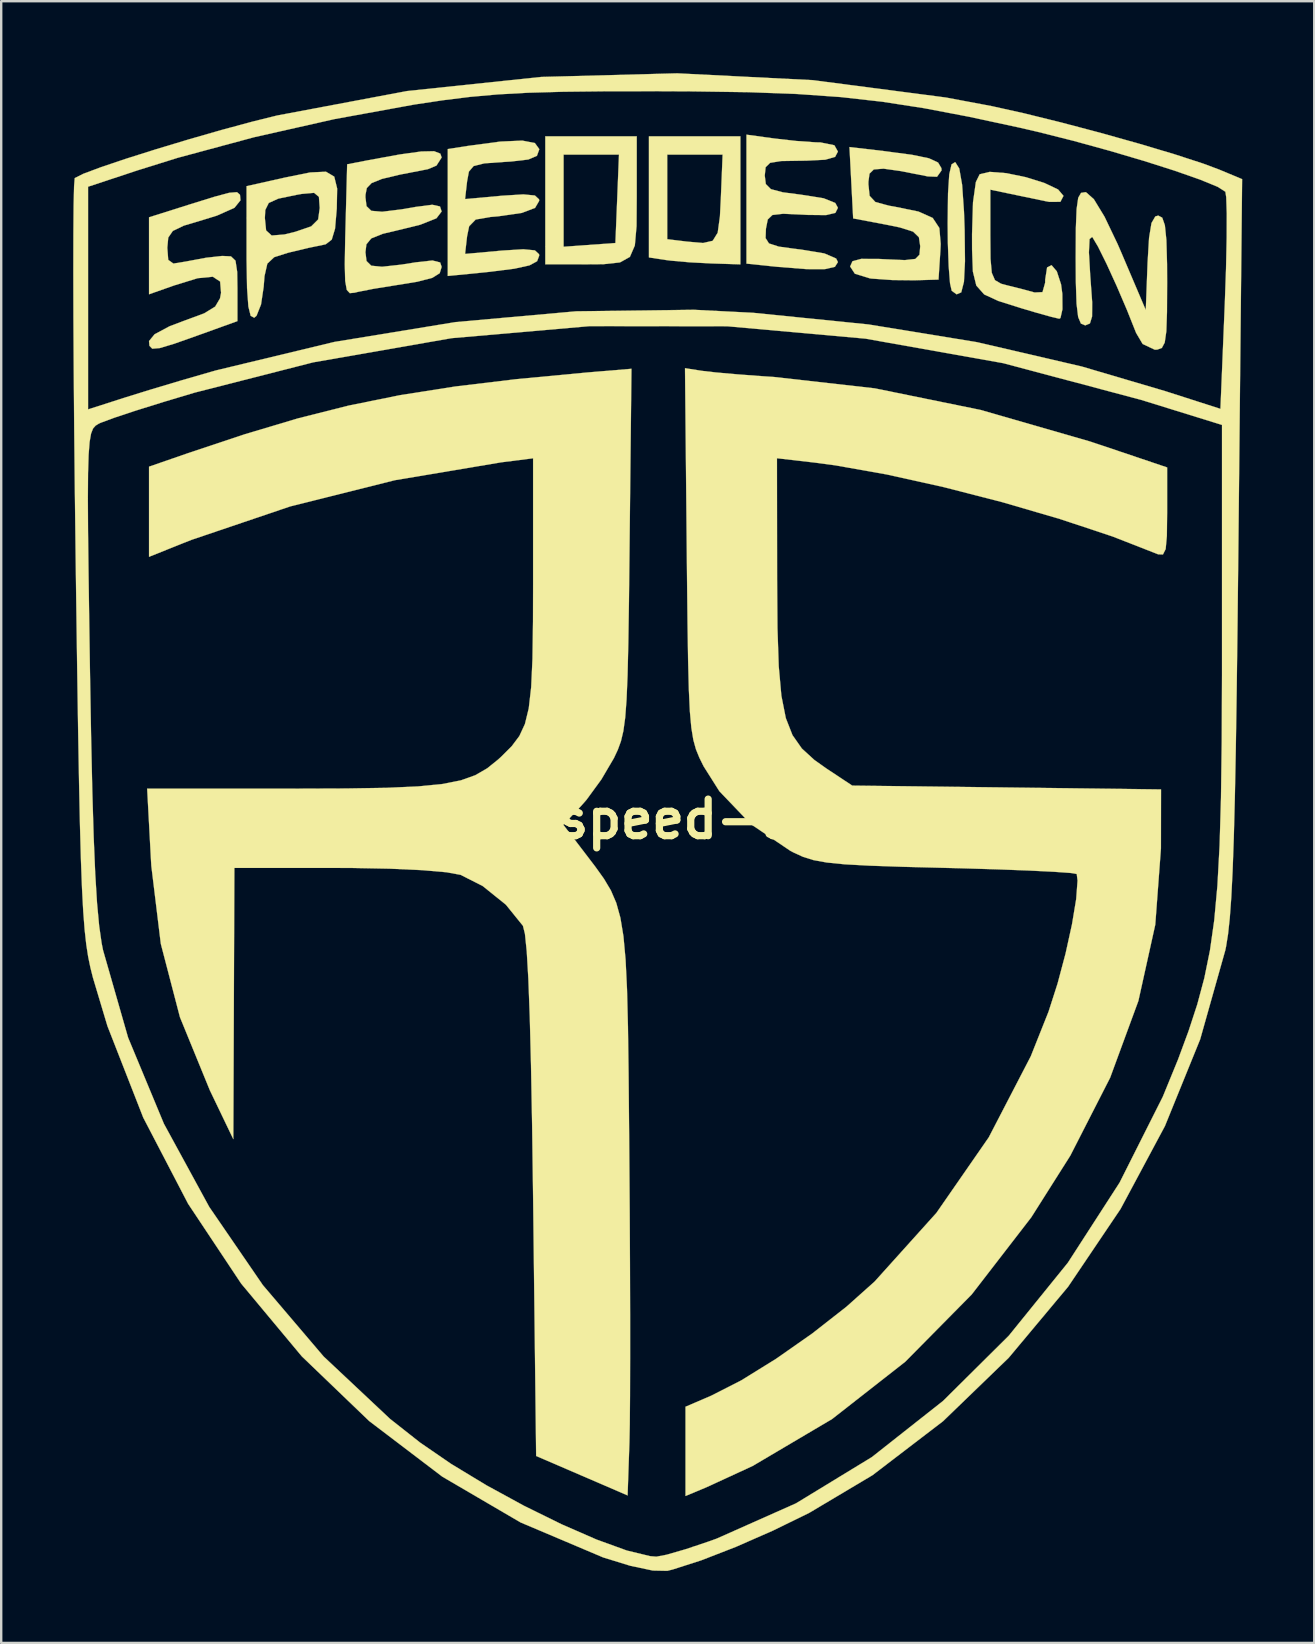
<source format=kicad_pcb>
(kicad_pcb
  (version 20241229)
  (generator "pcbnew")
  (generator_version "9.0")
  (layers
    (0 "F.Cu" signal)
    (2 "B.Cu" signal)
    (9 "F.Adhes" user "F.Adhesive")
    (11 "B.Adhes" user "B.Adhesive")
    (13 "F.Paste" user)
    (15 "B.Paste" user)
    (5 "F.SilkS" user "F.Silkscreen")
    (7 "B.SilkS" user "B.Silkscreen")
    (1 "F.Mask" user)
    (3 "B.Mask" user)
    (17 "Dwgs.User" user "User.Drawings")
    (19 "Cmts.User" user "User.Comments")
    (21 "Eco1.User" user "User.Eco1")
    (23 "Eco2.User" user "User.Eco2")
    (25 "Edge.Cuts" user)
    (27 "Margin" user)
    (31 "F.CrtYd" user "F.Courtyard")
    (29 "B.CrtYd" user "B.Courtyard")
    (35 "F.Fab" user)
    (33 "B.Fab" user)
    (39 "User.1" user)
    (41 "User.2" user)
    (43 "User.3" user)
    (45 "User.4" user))
  (footprint "rsspeed-sm"
    (layer "F.Cu")
    (at 25.003 31.078)
    (property "Reference" "rsspeed-sm" (at 0 0 0) (layer "F.SilkS") (effects (font (size 1.524 1.524) (thickness 0.3))))
    (attr through_hole)
    (fp_poly (pts (xy -1.524 -25.935) (xy -1.532 -24.708) (xy -1.603 -23.901) (xy -1.809 -23.426) (xy -2.223 -23.195) (xy -2.916 -23.12) (xy -3.831 -23.114) (xy -5.334 -23.114) (xy -5.334 -27.686) (xy -4.572 -27.686) (xy -4.572 -23.847) (xy -2.413 -24.003) (xy -2.338 -25.845) (xy -2.264 -27.686) (xy -4.572 -27.686) (xy -5.334 -27.686) (xy -5.334 -28.448) (xy -1.524 -28.448) (xy -1.524 -25.935)) (stroke (width 0.01) (type solid)) (fill yes) (layer "F.SilkS"))
    (fp_poly (pts (xy 11.748 -27.369) (xy 11.913 -27.109) (xy 12.032 -26.432) (xy 12.111 -25.302) (xy 12.137 -24.554) (xy 12.152 -23.243) (xy 12.109 -22.39) (xy 11.996 -21.947) (xy 11.803 -21.865) (xy 11.599 -22.013) (xy 11.529 -22.323) (xy 11.473 -23.027) (xy 11.438 -24.009) (xy 11.43 -24.828) (xy 11.445 -26.069) (xy 11.497 -26.865) (xy 11.592 -27.279) (xy 11.739 -27.372) (xy 11.748 -27.369)) (stroke (width 0.01) (type solid)) (fill yes) (layer "F.SilkS"))
    (fp_poly (pts (xy 2.794 -23.114) (xy 1.587 -23.152) (xy 0.692 -23.198) (xy -0.109 -23.269) (xy -0.318 -23.296) (xy -1.016 -23.402) (xy -1.016 -27.686) (xy -0.254 -27.686) (xy -0.254 -24.162) (xy 0.572 -24.062) (xy 1.239 -24.004) (xy 1.64 -24.095) (xy 1.849 -24.432) (xy 1.942 -25.111) (xy 1.98 -25.865) (xy 2.054 -27.686) (xy -0.254 -27.686) (xy -1.016 -27.686) (xy -1.016 -28.448) (xy 2.794 -28.448) (xy 2.794 -23.114)) (stroke (width 0.01) (type solid)) (fill yes) (layer "F.SilkS"))
    (fp_poly (pts (xy -5.769 -28.169) (xy -5.589 -27.922) (xy -5.588 -27.896) (xy -5.683 -27.636) (xy -6.04 -27.483) (xy -6.767 -27.398) (xy -7.048 -27.381) (xy -7.873 -27.322) (xy -8.319 -27.211) (xy -8.517 -26.979) (xy -8.593 -26.569) (xy -8.677 -25.834) (xy -7.132 -25.974) (xy -6.248 -26.029) (xy -5.767 -25.983) (xy -5.594 -25.823) (xy -5.588 -25.762) (xy -5.76 -25.467) (xy -6.312 -25.257) (xy -7.301 -25.115) (xy -7.62 -25.088) (xy -8.233 -24.982) (xy -8.507 -24.701) (xy -8.593 -24.283) (xy -8.677 -23.548) (xy -7.132 -23.688) (xy -6.248 -23.743) (xy -5.767 -23.697) (xy -5.594 -23.537) (xy -5.588 -23.476) (xy -5.675 -23.245) (xy -5.993 -23.072) (xy -6.624 -22.933) (xy -7.653 -22.803) (xy -8.065 -22.761) (xy -9.398 -22.63) (xy -9.398 -27.917) (xy -8.572 -28.047) (xy -7.213 -28.229) (xy -6.294 -28.27) (xy -5.769 -28.169)) (stroke (width 0.01) (type solid)) (fill yes) (layer "F.SilkS"))
    (fp_poly (pts (xy 13.877 -26.913) (xy 14.687 -26.746) (xy 15.457 -26.506) (xy 16.032 -26.233) (xy 16.256 -25.968) (xy 16.127 -25.72) (xy 15.669 -25.716) (xy 15.494 -25.749) (xy 14.637 -25.928) (xy 13.97 -26.067) (xy 13.208 -26.226) (xy 13.208 -24.316) (xy 13.216 -23.343) (xy 13.268 -22.762) (xy 13.401 -22.456) (xy 13.656 -22.307) (xy 13.906 -22.24) (xy 14.596 -22.067) (xy 15.05 -21.942) (xy 15.381 -21.957) (xy 15.491 -22.346) (xy 15.494 -22.483) (xy 15.573 -22.987) (xy 15.759 -23.08) (xy 15.978 -22.823) (xy 16.155 -22.279) (xy 16.207 -21.888) (xy 16.212 -21.243) (xy 16.13 -20.879) (xy 16.08 -20.849) (xy 15.741 -20.929) (xy 15.08 -21.114) (xy 14.478 -21.293) (xy 13.545 -21.587) (xy 12.953 -21.86) (xy 12.624 -22.23) (xy 12.481 -22.814) (xy 12.447 -23.728) (xy 12.446 -24.368) (xy 12.486 -25.699) (xy 12.605 -26.543) (xy 12.764 -26.867) (xy 13.184 -26.967) (xy 13.877 -26.913)) (stroke (width 0.01) (type solid)) (fill yes) (layer "F.SilkS"))
    (fp_poly (pts (xy -18.054 -26.013) (xy -18.034 -25.782) (xy -18.283 -25.472) (xy -19.015 -25.145) (xy -19.558 -24.978) (xy -20.395 -24.727) (xy -20.852 -24.507) (xy -21.043 -24.23) (xy -21.082 -23.808) (xy -21.082 -23.803) (xy -21.044 -23.301) (xy -20.829 -23.147) (xy -20.284 -23.236) (xy -20.256 -23.242) (xy -19.463 -23.39) (xy -18.796 -23.464) (xy -18.43 -23.447) (xy -18.241 -23.267) (xy -18.171 -22.802) (xy -18.161 -22.122) (xy -18.161 -20.749) (xy -19.812 -20.154) (xy -20.796 -19.806) (xy -21.397 -19.626) (xy -21.709 -19.6) (xy -21.827 -19.72) (xy -21.844 -19.918) (xy -21.613 -20.2) (xy -20.99 -20.534) (xy -20.384 -20.763) (xy -19.548 -21.072) (xy -19.088 -21.354) (xy -18.886 -21.697) (xy -18.843 -21.927) (xy -18.882 -22.399) (xy -19.187 -22.599) (xy -19.818 -22.537) (xy -20.796 -22.236) (xy -21.844 -21.867) (xy -21.844 -25.075) (xy -20.122 -25.619) (xy -19.117 -25.931) (xy -18.501 -26.096) (xy -18.178 -26.121) (xy -18.054 -26.013)) (stroke (width 0.01) (type solid)) (fill yes) (layer "F.SilkS"))
    (fp_poly (pts (xy -14.127 -26.769) (xy -14.006 -26.274) (xy -14.022 -25.437) (xy -14.022 -25.434) (xy -14.094 -24.598) (xy -14.231 -24.145) (xy -14.479 -23.952) (xy -14.605 -23.923) (xy -15.191 -23.803) (xy -15.954 -23.621) (xy -16.052 -23.597) (xy -16.627 -23.414) (xy -16.915 -23.144) (xy -17.033 -22.623) (xy -17.068 -22.175) (xy -17.177 -21.444) (xy -17.365 -20.972) (xy -17.462 -20.89) (xy -17.609 -20.968) (xy -17.705 -21.358) (xy -17.76 -22.122) (xy -17.78 -23.32) (xy -17.78 -23.579) (xy -17.78 -25.046) (xy -17.018 -25.046) (xy -16.966 -24.528) (xy -16.734 -24.316) (xy -16.204 -24.359) (xy -15.742 -24.473) (xy -15.087 -24.697) (xy -14.797 -24.986) (xy -14.732 -25.464) (xy -14.766 -25.927) (xy -14.967 -26.094) (xy -15.479 -26.049) (xy -15.684 -26.013) (xy -16.459 -25.852) (xy -16.856 -25.672) (xy -17 -25.38) (xy -17.018 -25.046) (xy -17.78 -25.046) (xy -17.78 -26.372) (xy -16.192 -26.728) (xy -15.131 -26.943) (xy -14.472 -26.974) (xy -14.127 -26.769)) (stroke (width 0.01) (type solid)) (fill yes) (layer "F.SilkS"))
    (fp_poly (pts (xy 8.813 -27.829) (xy 9.942 -27.679) (xy 10.652 -27.532) (xy 11.031 -27.356) (xy 11.169 -27.123) (xy 11.176 -27.029) (xy 10.987 -26.764) (xy 10.604 -26.778) (xy 9.479 -27) (xy 8.759 -27.101) (xy 8.354 -27.069) (xy 8.174 -26.893) (xy 8.129 -26.559) (xy 8.128 -26.45) (xy 8.178 -25.969) (xy 8.419 -25.711) (xy 8.992 -25.557) (xy 9.207 -25.52) (xy 10.213 -25.314) (xy 10.807 -25.048) (xy 11.084 -24.629) (xy 11.14 -23.965) (xy 11.126 -23.669) (xy 11.049 -22.479) (xy 10.033 -22.45) (xy 9.123 -22.46) (xy 8.263 -22.521) (xy 8.191 -22.53) (xy 7.564 -22.723) (xy 7.366 -23.025) (xy 7.464 -23.244) (xy 7.827 -23.342) (xy 8.561 -23.34) (xy 8.826 -23.326) (xy 9.648 -23.291) (xy 10.084 -23.34) (xy 10.256 -23.516) (xy 10.287 -23.867) (xy 10.287 -23.871) (xy 10.232 -24.243) (xy 9.988 -24.478) (xy 9.434 -24.653) (xy 8.89 -24.764) (xy 7.493 -25.028) (xy 7.339 -28.002) (xy 8.813 -27.829)) (stroke (width 0.01) (type solid)) (fill yes) (layer "F.SilkS"))
    (fp_poly (pts (xy 4.226 -28.356) (xy 5.12 -28.255) (xy 5.931 -28.198) (xy 6.131 -28.194) (xy 6.71 -28.076) (xy 6.858 -27.813) (xy 6.741 -27.592) (xy 6.326 -27.473) (xy 5.518 -27.433) (xy 5.334 -27.432) (xy 4.489 -27.418) (xy 4.033 -27.344) (xy 3.846 -27.161) (xy 3.81 -26.821) (xy 3.81 -26.81) (xy 3.854 -26.459) (xy 4.064 -26.248) (xy 4.559 -26.116) (xy 5.334 -26.015) (xy 6.263 -25.867) (xy 6.748 -25.672) (xy 6.858 -25.469) (xy 6.751 -25.258) (xy 6.362 -25.166) (xy 5.591 -25.174) (xy 5.397 -25.185) (xy 4.575 -25.222) (xy 4.13 -25.171) (xy 3.935 -24.985) (xy 3.861 -24.611) (xy 3.858 -24.589) (xy 3.844 -24.209) (xy 3.985 -23.986) (xy 4.395 -23.853) (xy 5.185 -23.746) (xy 5.319 -23.731) (xy 6.292 -23.57) (xy 6.784 -23.357) (xy 6.858 -23.208) (xy 6.732 -23.011) (xy 6.313 -22.914) (xy 5.536 -22.916) (xy 4.338 -23.011) (xy 4 -23.045) (xy 3.048 -23.145) (xy 3.048 -28.517) (xy 4.226 -28.356)) (stroke (width 0.01) (type solid)) (fill yes) (layer "F.SilkS"))
    (fp_poly (pts (xy 17.197 -26.116) (xy 17.521 -25.83) (xy 17.966 -25.099) (xy 18.509 -23.964) (xy 18.658 -23.621) (xy 19.685 -21.209) (xy 19.759 -23.177) (xy 19.821 -24.218) (xy 19.922 -24.835) (xy 20.081 -25.11) (xy 20.204 -25.146) (xy 20.37 -25.059) (xy 20.48 -24.744) (xy 20.543 -24.124) (xy 20.571 -23.119) (xy 20.574 -22.352) (xy 20.568 -21.13) (xy 20.541 -20.327) (xy 20.474 -19.857) (xy 20.354 -19.631) (xy 20.162 -19.562) (xy 20.06 -19.558) (xy 19.554 -19.796) (xy 19.282 -20.256) (xy 18.904 -21.204) (xy 18.475 -22.206) (xy 18.052 -23.132) (xy 17.694 -23.854) (xy 17.462 -24.244) (xy 17.45 -24.257) (xy 17.342 -24.169) (xy 17.315 -23.615) (xy 17.371 -22.632) (xy 17.378 -22.543) (xy 17.451 -21.539) (xy 17.447 -20.942) (xy 17.358 -20.653) (xy 17.171 -20.574) (xy 17.156 -20.574) (xy 16.982 -20.647) (xy 16.867 -20.92) (xy 16.8 -21.476) (xy 16.77 -22.396) (xy 16.764 -23.387) (xy 16.771 -24.618) (xy 16.803 -25.424) (xy 16.87 -25.888) (xy 16.988 -26.092) (xy 17.169 -26.121) (xy 17.197 -26.116)) (stroke (width 0.01) (type solid)) (fill yes) (layer "F.SilkS"))
    (fp_poly (pts (xy -9.708 -27.728) (xy -9.652 -27.567) (xy -9.868 -27.23) (xy -10.223 -27.08) (xy -11.388 -26.854) (xy -12.142 -26.674) (xy -12.573 -26.5) (xy -12.771 -26.293) (xy -12.825 -26.012) (xy -12.827 -25.908) (xy -12.782 -25.539) (xy -12.582 -25.345) (xy -12.131 -25.306) (xy -11.331 -25.405) (xy -10.732 -25.508) (xy -10.041 -25.597) (xy -9.721 -25.526) (xy -9.652 -25.317) (xy -9.87 -25.033) (xy -10.545 -24.765) (xy -11.239 -24.594) (xy -12.107 -24.387) (xy -12.585 -24.195) (xy -12.788 -23.948) (xy -12.827 -23.619) (xy -12.783 -23.253) (xy -12.584 -23.058) (xy -12.135 -23.014) (xy -11.338 -23.102) (xy -10.732 -23.198) (xy -10.035 -23.275) (xy -9.714 -23.193) (xy -9.652 -23.007) (xy -9.733 -22.746) (xy -10.04 -22.553) (xy -10.667 -22.39) (xy -11.684 -22.225) (xy -12.488 -22.096) (xy -13.134 -21.969) (xy -13.28 -21.933) (xy -13.479 -21.914) (xy -13.605 -22.049) (xy -13.671 -22.421) (xy -13.689 -23.113) (xy -13.67 -24.21) (xy -13.661 -24.544) (xy -13.589 -27.283) (xy -12.7 -27.455) (xy -11.391 -27.694) (xy -10.504 -27.817) (xy -9.967 -27.828) (xy -9.708 -27.728)) (stroke (width 0.01) (type solid)) (fill yes) (layer "F.SilkS"))
    (fp_poly (pts (xy 1.196 -18.677) (xy 1.77 -18.611) (xy 2.686 -18.53) (xy 3.779 -18.449) (xy 4.191 -18.422) (xy 8.394 -17.948) (xy 12.803 -17.048) (xy 17.365 -15.733) (xy 17.843 -15.574) (xy 20.574 -14.653) (xy 20.574 -12.76) (xy 20.563 -11.798) (xy 20.513 -11.252) (xy 20.4 -11.027) (xy 20.2 -11.033) (xy 20.13 -11.061) (xy 18.3 -11.776) (xy 16.112 -12.503) (xy 13.716 -13.203) (xy 11.258 -13.835) (xy 8.887 -14.361) (xy 6.75 -14.74) (xy 5.905 -14.853) (xy 4.318 -15.036) (xy 4.324 -9.994) (xy 4.339 -7.964) (xy 4.392 -6.37) (xy 4.502 -5.142) (xy 4.687 -4.209) (xy 4.965 -3.499) (xy 5.355 -2.942) (xy 5.875 -2.466) (xy 6.374 -2.112) (xy 7.454 -1.397) (xy 20.32 -1.238) (xy 20.316 1.222) (xy 20.08 4.396) (xy 19.377 7.571) (xy 18.2 10.772) (xy 16.539 14.022) (xy 14.915 16.588) (xy 12.432 19.804) (xy 9.661 22.609) (xy 6.615 24.994) (xy 3.304 26.95) (xy 1.37 27.841) (xy 0.508 28.201) (xy 0.508 24.482) (xy 1.587 24.018) (xy 2.826 23.386) (xy 4.273 22.49) (xy 5.784 21.433) (xy 7.214 20.314) (xy 8.39 19.263) (xy 10.961 16.406) (xy 13.142 13.259) (xy 14.893 9.881) (xy 15.633 8.022) (xy 16.009 6.851) (xy 16.343 5.597) (xy 16.61 4.383) (xy 16.785 3.33) (xy 16.842 2.563) (xy 16.808 2.286) (xy 16.554 2.243) (xy 15.866 2.194) (xy 14.819 2.142) (xy 13.488 2.092) (xy 11.947 2.046) (xy 11.368 2.032) (xy 9.557 1.986) (xy 8.176 1.939) (xy 7.148 1.883) (xy 6.395 1.808) (xy 5.84 1.707) (xy 5.404 1.571) (xy 5.01 1.391) (xy 4.878 1.322) (xy 3.233 0.211) (xy 1.919 -1.162) (xy 1.262 -2.202) (xy 1.084 -2.562) (xy 0.943 -2.908) (xy 0.834 -3.302) (xy 0.751 -3.807) (xy 0.69 -4.485) (xy 0.647 -5.397) (xy 0.616 -6.606) (xy 0.592 -8.174) (xy 0.57 -10.162) (xy 0.561 -11.108) (xy 0.487 -18.788) (xy 1.196 -18.677)) (stroke (width 0.01) (type solid)) (fill yes) (layer "F.SilkS"))
    (fp_poly (pts (xy -1.825 -11.223) (xy -1.849 -9.059) (xy -1.875 -7.341) (xy -1.906 -6.006) (xy -1.948 -4.991) (xy -2.004 -4.235) (xy -2.081 -3.674) (xy -2.182 -3.247) (xy -2.312 -2.891) (xy -2.475 -2.543) (xy -2.477 -2.54) (xy -2.998 -1.654) (xy -3.615 -0.809) (xy -3.815 -0.58) (xy -4.582 0.237) (xy -3.677 1.422) (xy -3.244 1.99) (xy -2.888 2.488) (xy -2.601 2.97) (xy -2.376 3.493) (xy -2.205 4.111) (xy -2.078 4.881) (xy -1.989 5.857) (xy -1.929 7.095) (xy -1.89 8.651) (xy -1.864 10.58) (xy -1.843 12.938) (xy -1.834 14.097) (xy -1.817 16.369) (xy -1.806 18.572) (xy -1.8 20.631) (xy -1.8 22.475) (xy -1.804 24.029) (xy -1.814 25.22) (xy -1.829 25.963) (xy -1.905 28.177) (xy -3.81 27.355) (xy -5.715 26.534) (xy -5.842 15.744) (xy -5.883 12.756) (xy -5.929 10.259) (xy -5.981 8.231) (xy -6.04 6.654) (xy -6.107 5.51) (xy -6.182 4.779) (xy -6.265 4.445) (xy -6.975 3.566) (xy -7.943 2.787) (xy -8.864 2.321) (xy -9.453 2.213) (xy -10.463 2.126) (xy -11.806 2.065) (xy -13.394 2.034) (xy -14.008 2.032) (xy -18.288 2.032) (xy -18.31 7.684) (xy -18.332 13.335) (xy -19.311 11.295) (xy -20.555 8.254) (xy -21.353 5.194) (xy -21.748 1.952) (xy -21.761 1.734) (xy -21.922 -1.27) (xy -15.779 -1.27) (xy -13.647 -1.277) (xy -11.956 -1.304) (xy -10.638 -1.363) (xy -9.626 -1.463) (xy -8.853 -1.615) (xy -8.251 -1.83) (xy -7.753 -2.118) (xy -7.293 -2.489) (xy -7.155 -2.616) (xy -6.735 -3.036) (xy -6.416 -3.46) (xy -6.183 -3.962) (xy -6.023 -4.617) (xy -5.922 -5.498) (xy -5.868 -6.679) (xy -5.846 -8.236) (xy -5.842 -9.79) (xy -5.842 -15.034) (xy -7.176 -14.865) (xy -11.603 -14.121) (xy -15.962 -13.029) (xy -20.076 -11.636) (xy -20.511 -11.464) (xy -21.844 -10.929) (xy -21.844 -12.807) (xy -21.844 -14.685) (xy -20.256 -15.235) (xy -17.845 -16.039) (xy -15.639 -16.697) (xy -13.522 -17.231) (xy -11.377 -17.666) (xy -9.088 -18.025) (xy -6.539 -18.331) (xy -3.612 -18.607) (xy -3.222 -18.64) (xy -1.744 -18.763) (xy -1.825 -11.223)) (stroke (width 0.01) (type solid)) (fill yes) (layer "F.SilkS"))
    (fp_poly (pts (xy 5.815 -30.788) (xy 11.357 -30.065) (xy 13.258 -29.708) (xy 14.606 -29.409) (xy 16.165 -29.024) (xy 17.814 -28.588) (xy 19.431 -28.134) (xy 20.894 -27.697) (xy 22.082 -27.31) (xy 22.752 -27.059) (xy 23.698 -26.664) (xy 23.544 -11.491) (xy 23.508 -8.175) (xy 23.472 -5.328) (xy 23.435 -2.91) (xy 23.395 -0.882) (xy 23.351 0.796) (xy 23.302 2.163) (xy 23.247 3.258) (xy 23.184 4.122) (xy 23.112 4.793) (xy 23.029 5.311) (xy 22.998 5.461) (xy 21.95 9.175) (xy 20.482 12.788) (xy 18.634 16.241) (xy 16.45 19.479) (xy 13.971 22.445) (xy 11.24 25.083) (xy 8.297 27.335) (xy 5.662 28.903) (xy 4.156 29.64) (xy 2.607 30.32) (xy 1.166 30.88) (xy -0.021 31.261) (xy -0.254 31.319) (xy -0.852 31.307) (xy -1.794 31.108) (xy -2.921 30.761) (xy -6.363 29.303) (xy -9.625 27.395) (xy -12.674 25.076) (xy -15.478 22.383) (xy -18.003 19.354) (xy -20.216 16.025) (xy -22.085 12.435) (xy -23.577 8.62) (xy -24.181 6.604) (xy -24.287 6.182) (xy -24.379 5.738) (xy -24.458 5.229) (xy -24.526 4.612) (xy -24.585 3.847) (xy -24.636 2.889) (xy -24.681 1.698) (xy -24.722 0.231) (xy -24.76 -1.554) (xy -24.798 -3.699) (xy -24.837 -6.247) (xy -24.879 -9.239) (xy -24.901 -10.922) (xy -24.931 -13.37) (xy -24.392 -13.37) (xy -24.385 -11.993) (xy -24.364 -10.238) (xy -24.333 -8.057) (xy -24.306 -6.258) (xy -24.258 -3.479) (xy -24.207 -1.16) (xy -24.15 0.744) (xy -24.085 2.282) (xy -24.01 3.5) (xy -23.922 4.446) (xy -23.819 5.166) (xy -23.761 5.458) (xy -22.717 9.1) (xy -21.224 12.692) (xy -19.335 16.157) (xy -17.101 19.415) (xy -14.572 22.386) (xy -11.799 24.991) (xy -10.548 25.977) (xy -9.255 26.865) (xy -7.778 27.759) (xy -6.212 28.613) (xy -4.653 29.38) (xy -3.196 30.016) (xy -1.934 30.474) (xy -0.964 30.708) (xy -0.706 30.729) (xy -0.277 30.647) (xy 0.487 30.426) (xy 1.445 30.106) (xy 1.801 29.979) (xy 5.113 28.506) (xy 8.273 26.579) (xy 11.239 24.239) (xy 13.974 21.526) (xy 16.438 18.482) (xy 18.591 15.148) (xy 20.394 11.564) (xy 21.029 10.013) (xy 21.467 8.828) (xy 21.83 7.718) (xy 22.124 6.621) (xy 22.358 5.473) (xy 22.537 4.212) (xy 22.669 2.774) (xy 22.76 1.096) (xy 22.818 -0.884) (xy 22.849 -3.229) (xy 22.86 -6.004) (xy 22.86 -6.791) (xy 22.86 -16.424) (xy 19.494 -17.467) (xy 13.746 -18.997) (xy 8.004 -20.019) (xy 2.263 -20.533) (xy -3.483 -20.54) (xy -9.237 -20.039) (xy -15.006 -19.031) (xy -19.947 -17.769) (xy -21.242 -17.381) (xy -22.395 -17.021) (xy -23.302 -16.72) (xy -23.857 -16.514) (xy -23.941 -16.475) (xy -24.071 -16.394) (xy -24.177 -16.273) (xy -24.259 -16.063) (xy -24.32 -15.715) (xy -24.361 -15.183) (xy -24.385 -14.417) (xy -24.392 -13.37) (xy -24.931 -13.37) (xy -24.935 -13.693) (xy -24.962 -16.312) (xy -24.981 -18.735) (xy -24.994 -20.919) (xy -24.998 -22.819) (xy -24.995 -24.391) (xy -24.985 -25.592) (xy -24.967 -26.349) (xy -24.384 -26.349) (xy -24.384 -17.071) (xy -22.797 -17.58) (xy -21.761 -17.901) (xy -20.488 -18.282) (xy -19.228 -18.646) (xy -19.059 -18.694) (xy -14.122 -19.882) (xy -9.079 -20.708) (xy -4.048 -21.158) (xy 0.855 -21.221) (xy 3.322 -21.096) (xy 8.134 -20.61) (xy 12.646 -19.873) (xy 17.02 -18.857) (xy 20.504 -17.829) (xy 22.795 -17.093) (xy 22.977 -21.488) (xy 23.028 -22.94) (xy 23.055 -24.221) (xy 23.058 -25.241) (xy 23.036 -25.912) (xy 23.001 -26.14) (xy 22.676 -26.346) (xy 21.944 -26.646) (xy 20.892 -27.015) (xy 19.604 -27.425) (xy 18.168 -27.849) (xy 16.669 -28.261) (xy 15.193 -28.633) (xy 14.429 -28.81) (xy 12.309 -29.266) (xy 10.439 -29.622) (xy 8.703 -29.89) (xy 6.985 -30.083) (xy 5.168 -30.211) (xy 3.137 -30.287) (xy 0.776 -30.321) (xy -0.635 -30.327) (xy -2.816 -30.325) (xy -4.59 -30.305) (xy -6.055 -30.264) (xy -7.311 -30.195) (xy -8.458 -30.093) (xy -9.596 -29.952) (xy -10.795 -29.772) (xy -14.119 -29.166) (xy -17.471 -28.41) (xy -20.642 -27.555) (xy -22.302 -27.037) (xy -24.384 -26.349) (xy -24.967 -26.349) (xy -24.966 -26.377) (xy -24.94 -26.703) (xy -24.937 -26.709) (xy -24.588 -26.885) (xy -23.844 -27.163) (xy -22.8 -27.515) (xy -21.55 -27.91) (xy -20.19 -28.32) (xy -18.815 -28.715) (xy -17.519 -29.065) (xy -16.51 -29.315) (xy -11.093 -30.335) (xy -5.504 -30.922) (xy 0.163 -31.073) (xy 5.815 -30.788)) (stroke (width 0.01) (type solid)) (fill yes) (layer "F.SilkS")))
  (gr_rect
    (start -3 -3)
    (end 51.706 65.402)
    (stroke (width 0.1) (type default))
    (fill no)
    (layer "Edge.Cuts")))
</source>
